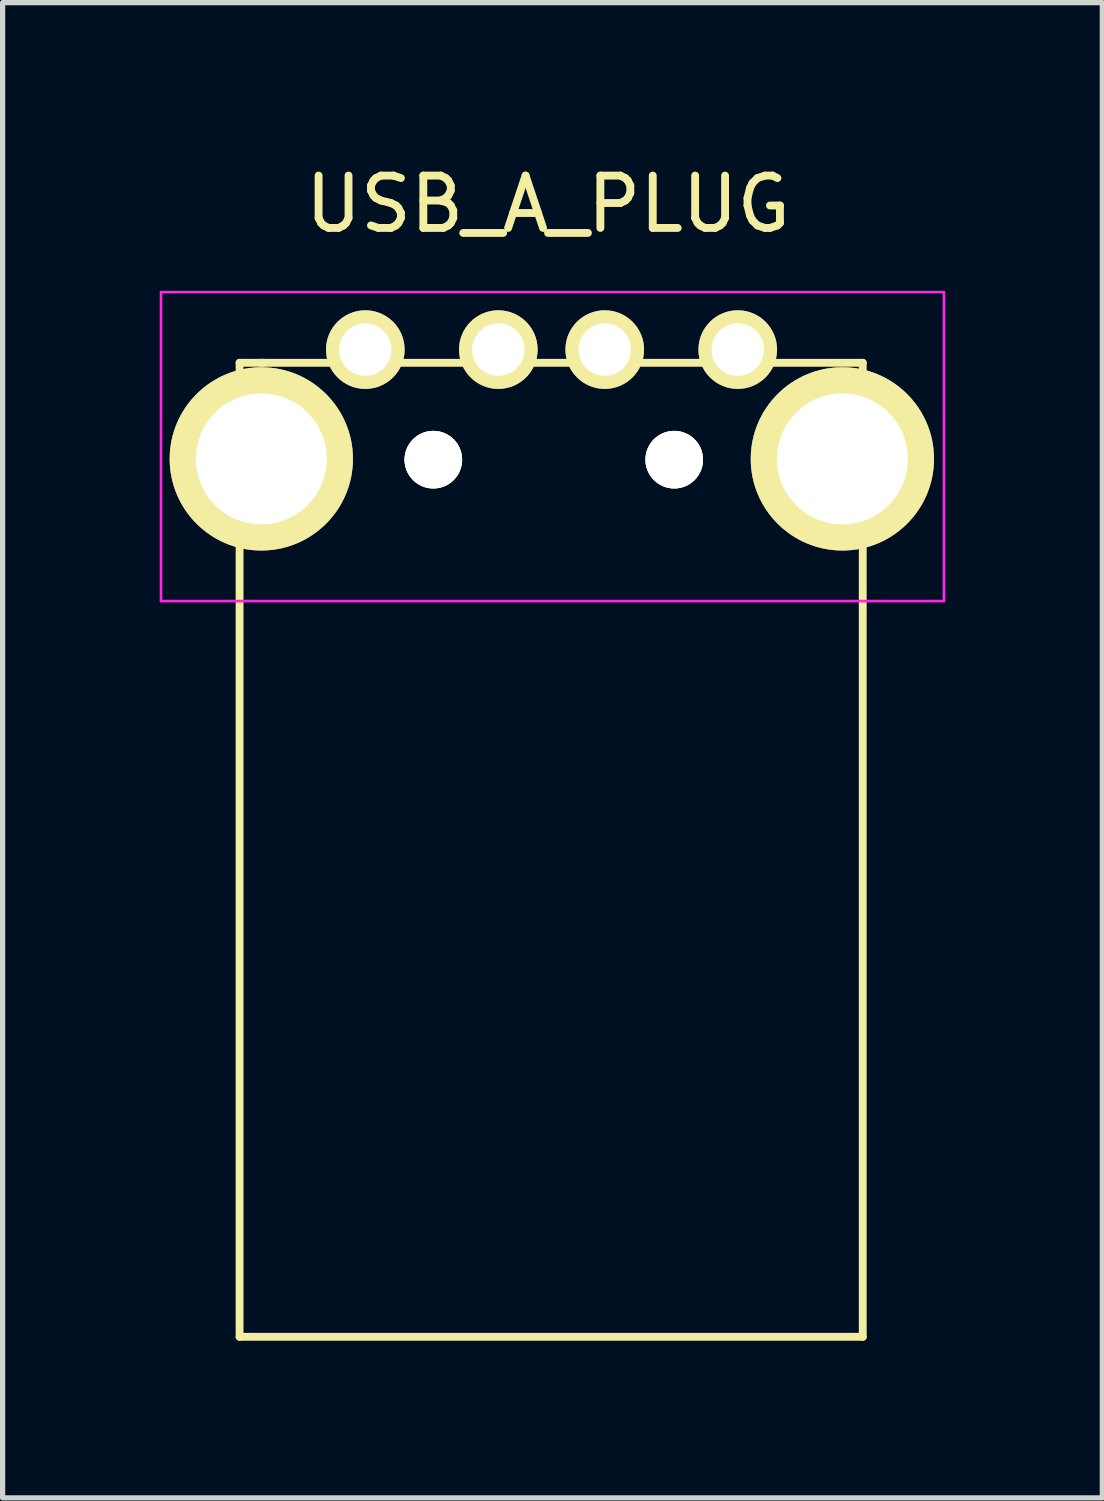
<source format=kicad_pcb>
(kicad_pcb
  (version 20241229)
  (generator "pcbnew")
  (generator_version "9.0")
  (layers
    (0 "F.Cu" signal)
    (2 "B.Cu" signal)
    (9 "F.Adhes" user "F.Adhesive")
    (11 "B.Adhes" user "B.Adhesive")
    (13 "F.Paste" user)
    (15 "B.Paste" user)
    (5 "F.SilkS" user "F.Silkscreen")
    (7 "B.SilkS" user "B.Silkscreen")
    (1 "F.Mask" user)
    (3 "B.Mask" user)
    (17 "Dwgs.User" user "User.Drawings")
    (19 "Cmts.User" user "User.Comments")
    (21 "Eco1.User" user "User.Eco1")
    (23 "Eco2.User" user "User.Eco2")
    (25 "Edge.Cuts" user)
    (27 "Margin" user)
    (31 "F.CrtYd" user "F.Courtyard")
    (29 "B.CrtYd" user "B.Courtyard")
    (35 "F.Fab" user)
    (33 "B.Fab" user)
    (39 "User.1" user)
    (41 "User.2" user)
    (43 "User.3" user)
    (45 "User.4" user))
  (footprint "USB_A_PLUG"
    (layer "F.Cu")
    (at 3.925 3.628)
    (property "Reference" "USB_A_PLUG" (at 3.49 -2.78 0) (layer "F.SilkS") (effects (font (size 1 1) (thickness 0.15))))
    (attr through_hole)
    (fp_line (start -2.4 0.25) (end 9.5 0.25) (stroke (width 0.15) (type solid)) (layer "F.SilkS"))
    (fp_line (start -2.4 18.85) (end -2.4 0.25) (stroke (width 0.15) (type solid)) (layer "F.SilkS"))
    (fp_line (start -2 0.25) (end -1.95 0.25) (stroke (width 0.15) (type solid)) (layer "F.SilkS"))
    (fp_line (start 9.5 0.25) (end 9.5 18.85) (stroke (width 0.15) (type solid)) (layer "F.SilkS"))
    (fp_line (start 9.5 18.85) (end -2.4 18.85) (stroke (width 0.15) (type solid)) (layer "F.SilkS"))
    (fp_line (start -3.9 -1.1) (end 11.05 -1.1) (stroke (width 0.05) (type solid)) (layer "F.CrtYd"))
    (fp_line (start -3.9 4.8) (end -3.9 -1.1) (stroke (width 0.05) (type solid)) (layer "F.CrtYd"))
    (fp_line (start -3.9 4.8) (end 11.05 4.8) (stroke (width 0.05) (type solid)) (layer "F.CrtYd"))
    (fp_line (start 11.05 -1.1) (end 11.05 4.8) (stroke (width 0.05) (type solid)) (layer "F.CrtYd"))
    (pad "1" thru_hole circle (at 0.001 -0.002 270) (size 1.501 1.501) (drill 1.001) (layers "*.Cu" "*.Mask" "F.SilkS"))
    (pad "2" thru_hole circle (at 2.541 -0.002 270) (size 1.501 1.501) (drill 1.001) (layers "*.Cu" "*.Mask" "F.SilkS"))
    (pad "3" thru_hole circle (at 4.573 -0.002 270) (size 1.501 1.501) (drill 1.001) (layers "*.Cu" "*.Mask" "F.SilkS"))
    (pad "4" thru_hole circle (at 7.113 -0.002 270) (size 1.501 1.501) (drill 1.001) (layers "*.Cu" "*.Mask" "F.SilkS"))
    (pad "5" thru_hole circle (at -1.985 2.085 270) (size 3.5 3.5) (drill 2.5) (layers "*.Cu" "*.Mask" "F.SilkS"))
    (pad "6" thru_hole circle (at 1.3 2.1 270) (size 1.1 1.1) (drill 1.1) (layers "*.Cu" "*.Mask" "F.SilkS"))
    (pad "6" thru_hole circle (at 5.9 2.1 270) (size 1.1 1.1) (drill 1.1) (layers "*.Cu" "*.Mask" "F.SilkS"))
    (pad "6" thru_hole circle (at 9.111 2.085 270) (size 3.5 3.5) (drill 2.5) (layers "*.Cu" "*.Mask" "F.SilkS")))
  (gr_rect
    (start -3 -3)
    (end 18 25.553)
    (stroke (width 0.1) (type default))
    (fill no)
    (layer "Edge.Cuts")))
</source>
